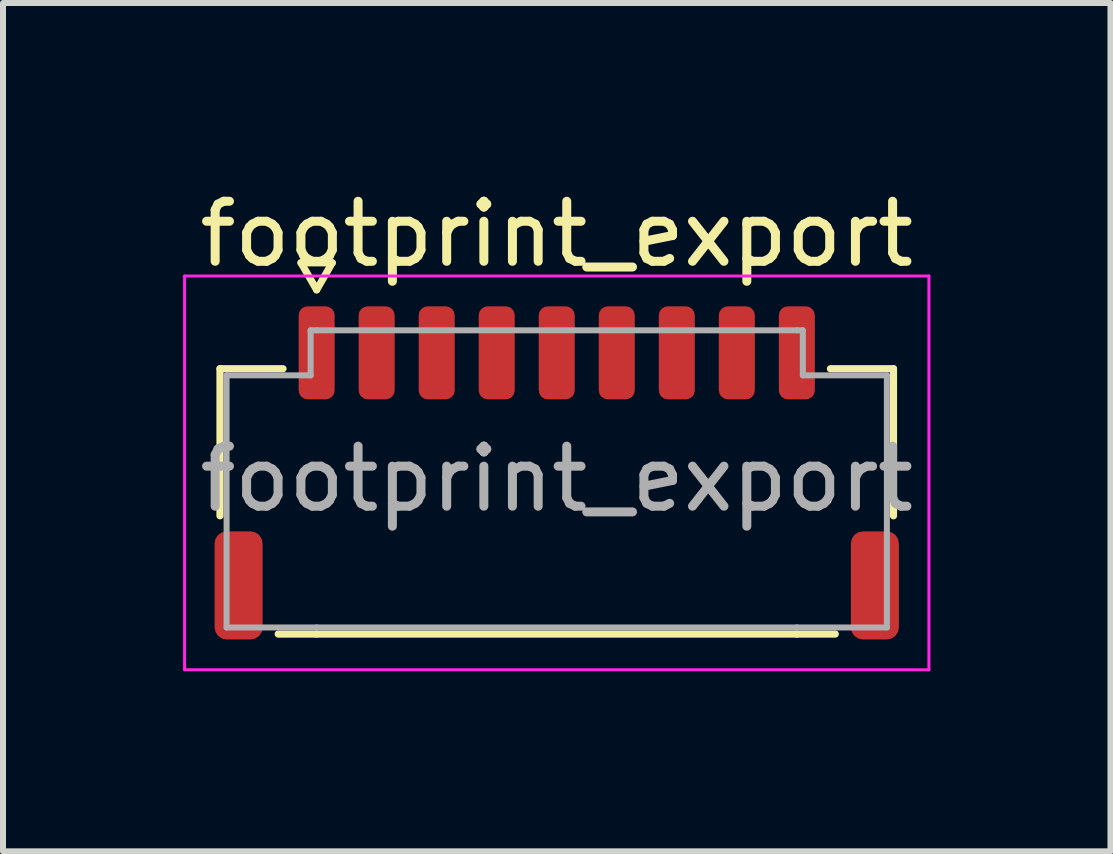
<source format=kicad_pcb>
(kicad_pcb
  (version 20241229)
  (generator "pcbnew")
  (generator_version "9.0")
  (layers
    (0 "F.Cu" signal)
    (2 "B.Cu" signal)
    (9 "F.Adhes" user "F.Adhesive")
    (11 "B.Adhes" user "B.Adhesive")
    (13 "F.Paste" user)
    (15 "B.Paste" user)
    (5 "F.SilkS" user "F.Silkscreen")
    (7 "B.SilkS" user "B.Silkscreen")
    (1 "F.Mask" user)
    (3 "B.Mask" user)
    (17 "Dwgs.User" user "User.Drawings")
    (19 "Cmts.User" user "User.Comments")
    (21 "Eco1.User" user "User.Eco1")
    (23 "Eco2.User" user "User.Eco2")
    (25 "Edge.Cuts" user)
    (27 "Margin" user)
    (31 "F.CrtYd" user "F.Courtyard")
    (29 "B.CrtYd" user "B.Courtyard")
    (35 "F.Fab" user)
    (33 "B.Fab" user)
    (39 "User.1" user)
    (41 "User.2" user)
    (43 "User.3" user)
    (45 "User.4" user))
  (footprint "footprint_export"
    (layer "F.Cu")
    (at 6.225 4.928)
    (property "Reference" "footprint_export" (at 0 -4.08 0) (layer "F.SilkS") (effects (font (size 1 1) (thickness 0.15))))
    (attr smd)
    (fp_line (start -5.61 -1.835) (end -4.56 -1.835) (stroke (width 0.12) (type solid)) (layer "F.SilkS"))
    (fp_line (start -5.61 0.615) (end -5.61 -1.835) (stroke (width 0.12) (type solid)) (layer "F.SilkS"))
    (fp_line (start -4.26 -3.6) (end -4 -3.15) (stroke (width 0.12) (type solid)) (layer "F.SilkS"))
    (fp_line (start -4 -3.15) (end -3.74 -3.6) (stroke (width 0.12) (type solid)) (layer "F.SilkS"))
    (fp_line (start -4 2.585) (end -4.64 2.585) (stroke (width 0.12) (type solid)) (layer "F.SilkS"))
    (fp_line (start -3.74 -3.6) (end -4.26 -3.6) (stroke (width 0.12) (type solid)) (layer "F.SilkS"))
    (fp_line (start 4 2.585) (end -4 2.585) (stroke (width 0.12) (type solid)) (layer "F.SilkS"))
    (fp_line (start 4.56 -1.835) (end 5.61 -1.835) (stroke (width 0.12) (type solid)) (layer "F.SilkS"))
    (fp_line (start 4.64 2.585) (end 4 2.585) (stroke (width 0.12) (type solid)) (layer "F.SilkS"))
    (fp_line (start 5.61 -1.835) (end 5.61 0.615) (stroke (width 0.12) (type solid)) (layer "F.SilkS"))
    (fp_line (start -6.2 -3.38) (end -6.2 3.18) (stroke (width 0.05) (type solid)) (layer "F.CrtYd"))
    (fp_line (start -6.2 3.18) (end 6.2 3.18) (stroke (width 0.05) (type solid)) (layer "F.CrtYd"))
    (fp_line (start 6.2 -3.38) (end -6.2 -3.38) (stroke (width 0.05) (type solid)) (layer "F.CrtYd"))
    (fp_line (start 6.2 3.18) (end 6.2 -3.38) (stroke (width 0.05) (type solid)) (layer "F.CrtYd"))
    (fp_line (start -5.5 -1.725) (end -4.1 -1.725) (stroke (width 0.1) (type solid)) (layer "F.Fab"))
    (fp_line (start -5.5 2.475) (end -5.5 -1.725) (stroke (width 0.1) (type solid)) (layer "F.Fab"))
    (fp_line (start -4.1 -2.475) (end -4 -2.475) (stroke (width 0.1) (type solid)) (layer "F.Fab"))
    (fp_line (start -4.1 -1.725) (end -4.1 -2.475) (stroke (width 0.1) (type solid)) (layer "F.Fab"))
    (fp_line (start -4 -2.475) (end 4 -2.475) (stroke (width 0.1) (type solid)) (layer "F.Fab"))
    (fp_line (start -4 2.475) (end -5.5 2.475) (stroke (width 0.1) (type solid)) (layer "F.Fab"))
    (fp_line (start 4 -2.475) (end 4.1 -2.475) (stroke (width 0.1) (type solid)) (layer "F.Fab"))
    (fp_line (start 4 2.475) (end -4 2.475) (stroke (width 0.1) (type solid)) (layer "F.Fab"))
    (fp_line (start 4.1 -2.475) (end 4.1 -1.725) (stroke (width 0.1) (type solid)) (layer "F.Fab"))
    (fp_line (start 4.1 -1.725) (end 5.5 -1.725) (stroke (width 0.1) (type solid)) (layer "F.Fab"))
    (fp_line (start 5.5 -1.725) (end 5.5 2.475) (stroke (width 0.1) (type solid)) (layer "F.Fab"))
    (fp_line (start 5.5 2.475) (end 4 2.475) (stroke (width 0.1) (type solid)) (layer "F.Fab"))
    (fp_text user "${REFERENCE}" (at 0 0 0) (layer "F.Fab") (effects (font (size 1 1) (thickness 0.15))))
    (pad "1" smd roundrect (at -4 -2.1) (size 0.6 1.55) (layers "F.Cu" "F.Mask" "F.Paste") (roundrect_rratio 0.25))
    (pad "2" smd roundrect (at -3 -2.1) (size 0.6 1.55) (layers "F.Cu" "F.Mask" "F.Paste") (roundrect_rratio 0.25))
    (pad "3" smd roundrect (at -2 -2.1) (size 0.6 1.55) (layers "F.Cu" "F.Mask" "F.Paste") (roundrect_rratio 0.25))
    (pad "4" smd roundrect (at -1 -2.1) (size 0.6 1.55) (layers "F.Cu" "F.Mask" "F.Paste") (roundrect_rratio 0.25))
    (pad "5" smd roundrect (at 0 -2.1) (size 0.6 1.55) (layers "F.Cu" "F.Mask" "F.Paste") (roundrect_rratio 0.25))
    (pad "6" smd roundrect (at 1 -2.1) (size 0.6 1.55) (layers "F.Cu" "F.Mask" "F.Paste") (roundrect_rratio 0.25))
    (pad "7" smd roundrect (at 2 -2.1) (size 0.6 1.55) (layers "F.Cu" "F.Mask" "F.Paste") (roundrect_rratio 0.25))
    (pad "8" smd roundrect (at 3 -2.1) (size 0.6 1.55) (layers "F.Cu" "F.Mask" "F.Paste") (roundrect_rratio 0.25))
    (pad "9" smd roundrect (at 4 -2.1) (size 0.6 1.55) (layers "F.Cu" "F.Mask" "F.Paste") (roundrect_rratio 0.25))
    (pad "MP" smd roundrect (at -5.3 1.775) (size 0.8 1.8) (layers "F.Cu" "F.Mask" "F.Paste") (roundrect_rratio 0.25))
    (pad "MP" smd roundrect (at 5.3 1.775) (size 0.8 1.8) (layers "F.Cu" "F.Mask" "F.Paste") (roundrect_rratio 0.25)))
  (gr_rect
    (start -3 -3)
    (end 15.45 11.133)
    (stroke (width 0.1) (type default))
    (fill no)
    (layer "Edge.Cuts")))
</source>
